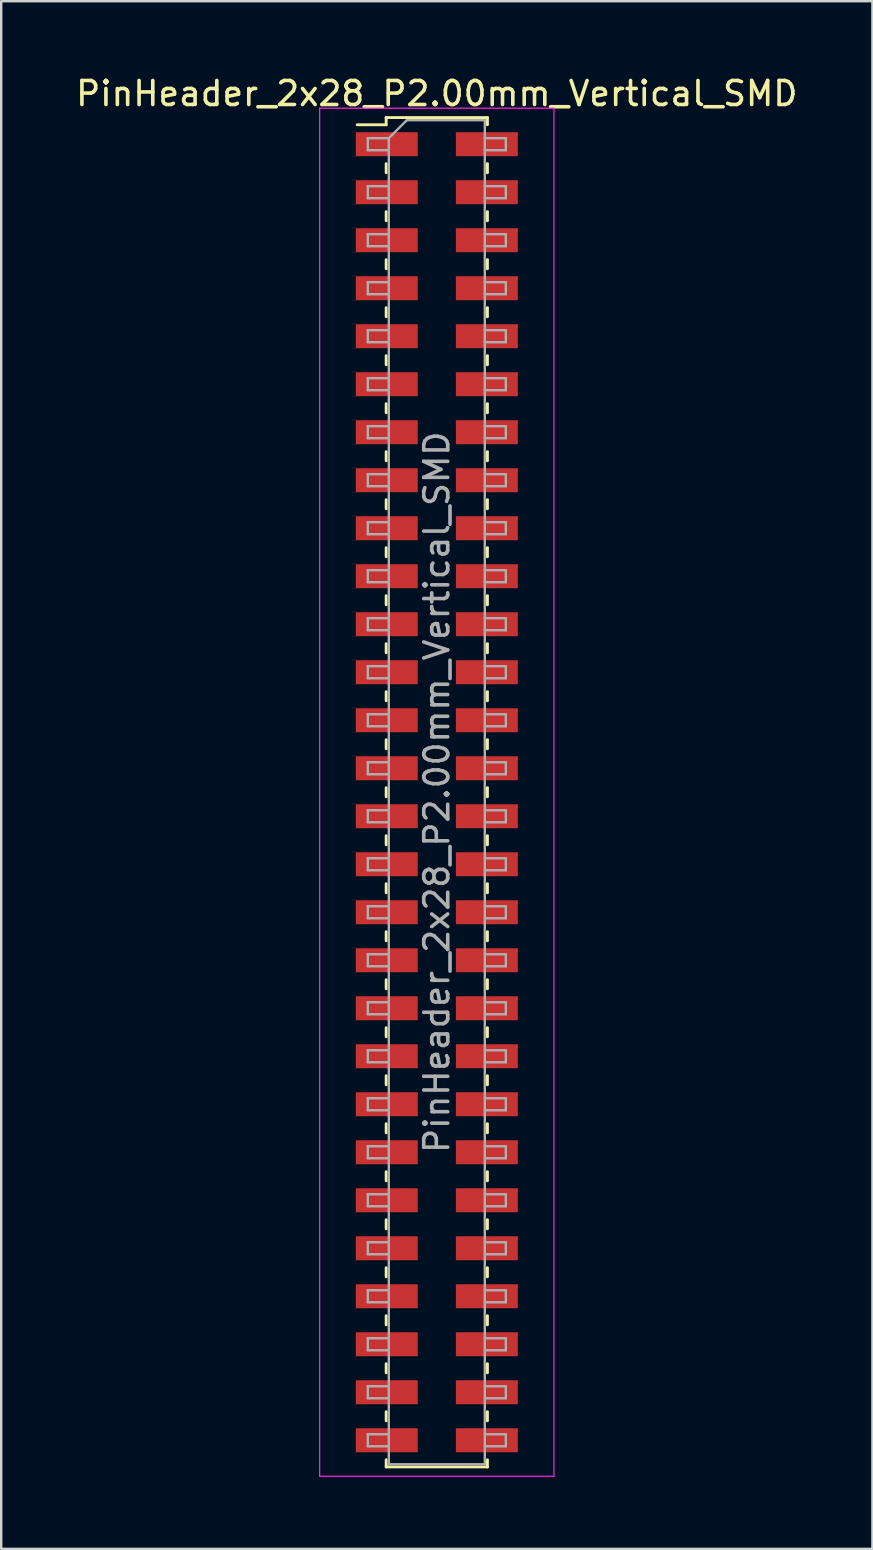
<source format=kicad_pcb>
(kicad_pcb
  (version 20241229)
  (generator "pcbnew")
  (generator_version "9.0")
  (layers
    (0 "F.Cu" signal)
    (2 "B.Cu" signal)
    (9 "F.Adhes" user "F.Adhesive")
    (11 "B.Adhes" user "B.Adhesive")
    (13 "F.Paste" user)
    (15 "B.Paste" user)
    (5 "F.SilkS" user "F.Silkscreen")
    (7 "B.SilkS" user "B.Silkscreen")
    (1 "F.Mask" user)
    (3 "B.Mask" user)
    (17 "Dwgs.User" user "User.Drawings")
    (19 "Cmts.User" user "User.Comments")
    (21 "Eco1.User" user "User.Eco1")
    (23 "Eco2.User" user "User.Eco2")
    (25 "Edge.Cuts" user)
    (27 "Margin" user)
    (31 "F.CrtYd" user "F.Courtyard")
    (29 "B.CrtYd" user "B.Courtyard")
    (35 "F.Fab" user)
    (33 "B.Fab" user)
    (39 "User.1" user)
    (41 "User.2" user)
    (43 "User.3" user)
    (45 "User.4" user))
  (footprint "PinHeader_2x28_P2.00mm_Vertical_SMD"
    (layer "F.Cu")
    (at 15.149 29.958)
    (property "Reference" "PinHeader_2x28_P2.00mm_Vertical_SMD" (at 0 -29.11 0) (layer "F.SilkS") (effects (font (size 1 1) (thickness 0.15))))
    (attr smd)
    (fp_line (start -3.315 -27.81) (end -2.11 -27.81) (stroke (width 0.12) (type solid)) (layer "F.SilkS"))
    (fp_line (start -2.11 -28.11) (end -2.11 -27.81) (stroke (width 0.12) (type solid)) (layer "F.SilkS"))
    (fp_line (start -2.11 -28.11) (end 2.11 -28.11) (stroke (width 0.12) (type solid)) (layer "F.SilkS"))
    (fp_line (start -2.11 -26.19) (end -2.11 -25.81) (stroke (width 0.12) (type solid)) (layer "F.SilkS"))
    (fp_line (start -2.11 -24.19) (end -2.11 -23.81) (stroke (width 0.12) (type solid)) (layer "F.SilkS"))
    (fp_line (start -2.11 -22.19) (end -2.11 -21.81) (stroke (width 0.12) (type solid)) (layer "F.SilkS"))
    (fp_line (start -2.11 -20.19) (end -2.11 -19.81) (stroke (width 0.12) (type solid)) (layer "F.SilkS"))
    (fp_line (start -2.11 -18.19) (end -2.11 -17.81) (stroke (width 0.12) (type solid)) (layer "F.SilkS"))
    (fp_line (start -2.11 -16.19) (end -2.11 -15.81) (stroke (width 0.12) (type solid)) (layer "F.SilkS"))
    (fp_line (start -2.11 -14.19) (end -2.11 -13.81) (stroke (width 0.12) (type solid)) (layer "F.SilkS"))
    (fp_line (start -2.11 -12.19) (end -2.11 -11.81) (stroke (width 0.12) (type solid)) (layer "F.SilkS"))
    (fp_line (start -2.11 -10.19) (end -2.11 -9.81) (stroke (width 0.12) (type solid)) (layer "F.SilkS"))
    (fp_line (start -2.11 -8.19) (end -2.11 -7.81) (stroke (width 0.12) (type solid)) (layer "F.SilkS"))
    (fp_line (start -2.11 -6.19) (end -2.11 -5.81) (stroke (width 0.12) (type solid)) (layer "F.SilkS"))
    (fp_line (start -2.11 -4.19) (end -2.11 -3.81) (stroke (width 0.12) (type solid)) (layer "F.SilkS"))
    (fp_line (start -2.11 -2.19) (end -2.11 -1.81) (stroke (width 0.12) (type solid)) (layer "F.SilkS"))
    (fp_line (start -2.11 -0.19) (end -2.11 0.19) (stroke (width 0.12) (type solid)) (layer "F.SilkS"))
    (fp_line (start -2.11 1.81) (end -2.11 2.19) (stroke (width 0.12) (type solid)) (layer "F.SilkS"))
    (fp_line (start -2.11 3.81) (end -2.11 4.19) (stroke (width 0.12) (type solid)) (layer "F.SilkS"))
    (fp_line (start -2.11 5.81) (end -2.11 6.19) (stroke (width 0.12) (type solid)) (layer "F.SilkS"))
    (fp_line (start -2.11 7.81) (end -2.11 8.19) (stroke (width 0.12) (type solid)) (layer "F.SilkS"))
    (fp_line (start -2.11 9.81) (end -2.11 10.19) (stroke (width 0.12) (type solid)) (layer "F.SilkS"))
    (fp_line (start -2.11 11.81) (end -2.11 12.19) (stroke (width 0.12) (type solid)) (layer "F.SilkS"))
    (fp_line (start -2.11 13.81) (end -2.11 14.19) (stroke (width 0.12) (type solid)) (layer "F.SilkS"))
    (fp_line (start -2.11 15.81) (end -2.11 16.19) (stroke (width 0.12) (type solid)) (layer "F.SilkS"))
    (fp_line (start -2.11 17.81) (end -2.11 18.19) (stroke (width 0.12) (type solid)) (layer "F.SilkS"))
    (fp_line (start -2.11 19.81) (end -2.11 20.19) (stroke (width 0.12) (type solid)) (layer "F.SilkS"))
    (fp_line (start -2.11 21.81) (end -2.11 22.19) (stroke (width 0.12) (type solid)) (layer "F.SilkS"))
    (fp_line (start -2.11 23.81) (end -2.11 24.19) (stroke (width 0.12) (type solid)) (layer "F.SilkS"))
    (fp_line (start -2.11 25.81) (end -2.11 26.19) (stroke (width 0.12) (type solid)) (layer "F.SilkS"))
    (fp_line (start -2.11 27.81) (end -2.11 28.11) (stroke (width 0.12) (type solid)) (layer "F.SilkS"))
    (fp_line (start -2.11 28.11) (end 2.11 28.11) (stroke (width 0.12) (type solid)) (layer "F.SilkS"))
    (fp_line (start 2.11 -28.11) (end 2.11 -27.81) (stroke (width 0.12) (type solid)) (layer "F.SilkS"))
    (fp_line (start 2.11 -26.19) (end 2.11 -25.81) (stroke (width 0.12) (type solid)) (layer "F.SilkS"))
    (fp_line (start 2.11 -24.19) (end 2.11 -23.81) (stroke (width 0.12) (type solid)) (layer "F.SilkS"))
    (fp_line (start 2.11 -22.19) (end 2.11 -21.81) (stroke (width 0.12) (type solid)) (layer "F.SilkS"))
    (fp_line (start 2.11 -20.19) (end 2.11 -19.81) (stroke (width 0.12) (type solid)) (layer "F.SilkS"))
    (fp_line (start 2.11 -18.19) (end 2.11 -17.81) (stroke (width 0.12) (type solid)) (layer "F.SilkS"))
    (fp_line (start 2.11 -16.19) (end 2.11 -15.81) (stroke (width 0.12) (type solid)) (layer "F.SilkS"))
    (fp_line (start 2.11 -14.19) (end 2.11 -13.81) (stroke (width 0.12) (type solid)) (layer "F.SilkS"))
    (fp_line (start 2.11 -12.19) (end 2.11 -11.81) (stroke (width 0.12) (type solid)) (layer "F.SilkS"))
    (fp_line (start 2.11 -10.19) (end 2.11 -9.81) (stroke (width 0.12) (type solid)) (layer "F.SilkS"))
    (fp_line (start 2.11 -8.19) (end 2.11 -7.81) (stroke (width 0.12) (type solid)) (layer "F.SilkS"))
    (fp_line (start 2.11 -6.19) (end 2.11 -5.81) (stroke (width 0.12) (type solid)) (layer "F.SilkS"))
    (fp_line (start 2.11 -4.19) (end 2.11 -3.81) (stroke (width 0.12) (type solid)) (layer "F.SilkS"))
    (fp_line (start 2.11 -2.19) (end 2.11 -1.81) (stroke (width 0.12) (type solid)) (layer "F.SilkS"))
    (fp_line (start 2.11 -0.19) (end 2.11 0.19) (stroke (width 0.12) (type solid)) (layer "F.SilkS"))
    (fp_line (start 2.11 1.81) (end 2.11 2.19) (stroke (width 0.12) (type solid)) (layer "F.SilkS"))
    (fp_line (start 2.11 3.81) (end 2.11 4.19) (stroke (width 0.12) (type solid)) (layer "F.SilkS"))
    (fp_line (start 2.11 5.81) (end 2.11 6.19) (stroke (width 0.12) (type solid)) (layer "F.SilkS"))
    (fp_line (start 2.11 7.81) (end 2.11 8.19) (stroke (width 0.12) (type solid)) (layer "F.SilkS"))
    (fp_line (start 2.11 9.81) (end 2.11 10.19) (stroke (width 0.12) (type solid)) (layer "F.SilkS"))
    (fp_line (start 2.11 11.81) (end 2.11 12.19) (stroke (width 0.12) (type solid)) (layer "F.SilkS"))
    (fp_line (start 2.11 13.81) (end 2.11 14.19) (stroke (width 0.12) (type solid)) (layer "F.SilkS"))
    (fp_line (start 2.11 15.81) (end 2.11 16.19) (stroke (width 0.12) (type solid)) (layer "F.SilkS"))
    (fp_line (start 2.11 17.81) (end 2.11 18.19) (stroke (width 0.12) (type solid)) (layer "F.SilkS"))
    (fp_line (start 2.11 19.81) (end 2.11 20.19) (stroke (width 0.12) (type solid)) (layer "F.SilkS"))
    (fp_line (start 2.11 21.81) (end 2.11 22.19) (stroke (width 0.12) (type solid)) (layer "F.SilkS"))
    (fp_line (start 2.11 23.81) (end 2.11 24.19) (stroke (width 0.12) (type solid)) (layer "F.SilkS"))
    (fp_line (start 2.11 25.81) (end 2.11 26.19) (stroke (width 0.12) (type solid)) (layer "F.SilkS"))
    (fp_line (start 2.11 27.81) (end 2.11 28.11) (stroke (width 0.12) (type solid)) (layer "F.SilkS"))
    (fp_line (start -4.88 -28.5) (end -4.88 28.5) (stroke (width 0.05) (type solid)) (layer "F.CrtYd"))
    (fp_line (start -4.88 28.5) (end 4.88 28.5) (stroke (width 0.05) (type solid)) (layer "F.CrtYd"))
    (fp_line (start 4.88 -28.5) (end -4.88 -28.5) (stroke (width 0.05) (type solid)) (layer "F.CrtYd"))
    (fp_line (start 4.88 28.5) (end 4.88 -28.5) (stroke (width 0.05) (type solid)) (layer "F.CrtYd"))
    (fp_line (start -2.875 -27.25) (end -2.875 -26.75) (stroke (width 0.1) (type solid)) (layer "F.Fab"))
    (fp_line (start -2.875 -26.75) (end -2 -26.75) (stroke (width 0.1) (type solid)) (layer "F.Fab"))
    (fp_line (start -2.875 -25.25) (end -2.875 -24.75) (stroke (width 0.1) (type solid)) (layer "F.Fab"))
    (fp_line (start -2.875 -24.75) (end -2 -24.75) (stroke (width 0.1) (type solid)) (layer "F.Fab"))
    (fp_line (start -2.875 -23.25) (end -2.875 -22.75) (stroke (width 0.1) (type solid)) (layer "F.Fab"))
    (fp_line (start -2.875 -22.75) (end -2 -22.75) (stroke (width 0.1) (type solid)) (layer "F.Fab"))
    (fp_line (start -2.875 -21.25) (end -2.875 -20.75) (stroke (width 0.1) (type solid)) (layer "F.Fab"))
    (fp_line (start -2.875 -20.75) (end -2 -20.75) (stroke (width 0.1) (type solid)) (layer "F.Fab"))
    (fp_line (start -2.875 -19.25) (end -2.875 -18.75) (stroke (width 0.1) (type solid)) (layer "F.Fab"))
    (fp_line (start -2.875 -18.75) (end -2 -18.75) (stroke (width 0.1) (type solid)) (layer "F.Fab"))
    (fp_line (start -2.875 -17.25) (end -2.875 -16.75) (stroke (width 0.1) (type solid)) (layer "F.Fab"))
    (fp_line (start -2.875 -16.75) (end -2 -16.75) (stroke (width 0.1) (type solid)) (layer "F.Fab"))
    (fp_line (start -2.875 -15.25) (end -2.875 -14.75) (stroke (width 0.1) (type solid)) (layer "F.Fab"))
    (fp_line (start -2.875 -14.75) (end -2 -14.75) (stroke (width 0.1) (type solid)) (layer "F.Fab"))
    (fp_line (start -2.875 -13.25) (end -2.875 -12.75) (stroke (width 0.1) (type solid)) (layer "F.Fab"))
    (fp_line (start -2.875 -12.75) (end -2 -12.75) (stroke (width 0.1) (type solid)) (layer "F.Fab"))
    (fp_line (start -2.875 -11.25) (end -2.875 -10.75) (stroke (width 0.1) (type solid)) (layer "F.Fab"))
    (fp_line (start -2.875 -10.75) (end -2 -10.75) (stroke (width 0.1) (type solid)) (layer "F.Fab"))
    (fp_line (start -2.875 -9.25) (end -2.875 -8.75) (stroke (width 0.1) (type solid)) (layer "F.Fab"))
    (fp_line (start -2.875 -8.75) (end -2 -8.75) (stroke (width 0.1) (type solid)) (layer "F.Fab"))
    (fp_line (start -2.875 -7.25) (end -2.875 -6.75) (stroke (width 0.1) (type solid)) (layer "F.Fab"))
    (fp_line (start -2.875 -6.75) (end -2 -6.75) (stroke (width 0.1) (type solid)) (layer "F.Fab"))
    (fp_line (start -2.875 -5.25) (end -2.875 -4.75) (stroke (width 0.1) (type solid)) (layer "F.Fab"))
    (fp_line (start -2.875 -4.75) (end -2 -4.75) (stroke (width 0.1) (type solid)) (layer "F.Fab"))
    (fp_line (start -2.875 -3.25) (end -2.875 -2.75) (stroke (width 0.1) (type solid)) (layer "F.Fab"))
    (fp_line (start -2.875 -2.75) (end -2 -2.75) (stroke (width 0.1) (type solid)) (layer "F.Fab"))
    (fp_line (start -2.875 -1.25) (end -2.875 -0.75) (stroke (width 0.1) (type solid)) (layer "F.Fab"))
    (fp_line (start -2.875 -0.75) (end -2 -0.75) (stroke (width 0.1) (type solid)) (layer "F.Fab"))
    (fp_line (start -2.875 0.75) (end -2.875 1.25) (stroke (width 0.1) (type solid)) (layer "F.Fab"))
    (fp_line (start -2.875 1.25) (end -2 1.25) (stroke (width 0.1) (type solid)) (layer "F.Fab"))
    (fp_line (start -2.875 2.75) (end -2.875 3.25) (stroke (width 0.1) (type solid)) (layer "F.Fab"))
    (fp_line (start -2.875 3.25) (end -2 3.25) (stroke (width 0.1) (type solid)) (layer "F.Fab"))
    (fp_line (start -2.875 4.75) (end -2.875 5.25) (stroke (width 0.1) (type solid)) (layer "F.Fab"))
    (fp_line (start -2.875 5.25) (end -2 5.25) (stroke (width 0.1) (type solid)) (layer "F.Fab"))
    (fp_line (start -2.875 6.75) (end -2.875 7.25) (stroke (width 0.1) (type solid)) (layer "F.Fab"))
    (fp_line (start -2.875 7.25) (end -2 7.25) (stroke (width 0.1) (type solid)) (layer "F.Fab"))
    (fp_line (start -2.875 8.75) (end -2.875 9.25) (stroke (width 0.1) (type solid)) (layer "F.Fab"))
    (fp_line (start -2.875 9.25) (end -2 9.25) (stroke (width 0.1) (type solid)) (layer "F.Fab"))
    (fp_line (start -2.875 10.75) (end -2.875 11.25) (stroke (width 0.1) (type solid)) (layer "F.Fab"))
    (fp_line (start -2.875 11.25) (end -2 11.25) (stroke (width 0.1) (type solid)) (layer "F.Fab"))
    (fp_line (start -2.875 12.75) (end -2.875 13.25) (stroke (width 0.1) (type solid)) (layer "F.Fab"))
    (fp_line (start -2.875 13.25) (end -2 13.25) (stroke (width 0.1) (type solid)) (layer "F.Fab"))
    (fp_line (start -2.875 14.75) (end -2.875 15.25) (stroke (width 0.1) (type solid)) (layer "F.Fab"))
    (fp_line (start -2.875 15.25) (end -2 15.25) (stroke (width 0.1) (type solid)) (layer "F.Fab"))
    (fp_line (start -2.875 16.75) (end -2.875 17.25) (stroke (width 0.1) (type solid)) (layer "F.Fab"))
    (fp_line (start -2.875 17.25) (end -2 17.25) (stroke (width 0.1) (type solid)) (layer "F.Fab"))
    (fp_line (start -2.875 18.75) (end -2.875 19.25) (stroke (width 0.1) (type solid)) (layer "F.Fab"))
    (fp_line (start -2.875 19.25) (end -2 19.25) (stroke (width 0.1) (type solid)) (layer "F.Fab"))
    (fp_line (start -2.875 20.75) (end -2.875 21.25) (stroke (width 0.1) (type solid)) (layer "F.Fab"))
    (fp_line (start -2.875 21.25) (end -2 21.25) (stroke (width 0.1) (type solid)) (layer "F.Fab"))
    (fp_line (start -2.875 22.75) (end -2.875 23.25) (stroke (width 0.1) (type solid)) (layer "F.Fab"))
    (fp_line (start -2.875 23.25) (end -2 23.25) (stroke (width 0.1) (type solid)) (layer "F.Fab"))
    (fp_line (start -2.875 24.75) (end -2.875 25.25) (stroke (width 0.1) (type solid)) (layer "F.Fab"))
    (fp_line (start -2.875 25.25) (end -2 25.25) (stroke (width 0.1) (type solid)) (layer "F.Fab"))
    (fp_line (start -2.875 26.75) (end -2.875 27.25) (stroke (width 0.1) (type solid)) (layer "F.Fab"))
    (fp_line (start -2.875 27.25) (end -2 27.25) (stroke (width 0.1) (type solid)) (layer "F.Fab"))
    (fp_line (start -2 -27.25) (end -2.875 -27.25) (stroke (width 0.1) (type solid)) (layer "F.Fab"))
    (fp_line (start -2 -27.25) (end -1.25 -28) (stroke (width 0.1) (type solid)) (layer "F.Fab"))
    (fp_line (start -2 -25.25) (end -2.875 -25.25) (stroke (width 0.1) (type solid)) (layer "F.Fab"))
    (fp_line (start -2 -23.25) (end -2.875 -23.25) (stroke (width 0.1) (type solid)) (layer "F.Fab"))
    (fp_line (start -2 -21.25) (end -2.875 -21.25) (stroke (width 0.1) (type solid)) (layer "F.Fab"))
    (fp_line (start -2 -19.25) (end -2.875 -19.25) (stroke (width 0.1) (type solid)) (layer "F.Fab"))
    (fp_line (start -2 -17.25) (end -2.875 -17.25) (stroke (width 0.1) (type solid)) (layer "F.Fab"))
    (fp_line (start -2 -15.25) (end -2.875 -15.25) (stroke (width 0.1) (type solid)) (layer "F.Fab"))
    (fp_line (start -2 -13.25) (end -2.875 -13.25) (stroke (width 0.1) (type solid)) (layer "F.Fab"))
    (fp_line (start -2 -11.25) (end -2.875 -11.25) (stroke (width 0.1) (type solid)) (layer "F.Fab"))
    (fp_line (start -2 -9.25) (end -2.875 -9.25) (stroke (width 0.1) (type solid)) (layer "F.Fab"))
    (fp_line (start -2 -7.25) (end -2.875 -7.25) (stroke (width 0.1) (type solid)) (layer "F.Fab"))
    (fp_line (start -2 -5.25) (end -2.875 -5.25) (stroke (width 0.1) (type solid)) (layer "F.Fab"))
    (fp_line (start -2 -3.25) (end -2.875 -3.25) (stroke (width 0.1) (type solid)) (layer "F.Fab"))
    (fp_line (start -2 -1.25) (end -2.875 -1.25) (stroke (width 0.1) (type solid)) (layer "F.Fab"))
    (fp_line (start -2 0.75) (end -2.875 0.75) (stroke (width 0.1) (type solid)) (layer "F.Fab"))
    (fp_line (start -2 2.75) (end -2.875 2.75) (stroke (width 0.1) (type solid)) (layer "F.Fab"))
    (fp_line (start -2 4.75) (end -2.875 4.75) (stroke (width 0.1) (type solid)) (layer "F.Fab"))
    (fp_line (start -2 6.75) (end -2.875 6.75) (stroke (width 0.1) (type solid)) (layer "F.Fab"))
    (fp_line (start -2 8.75) (end -2.875 8.75) (stroke (width 0.1) (type solid)) (layer "F.Fab"))
    (fp_line (start -2 10.75) (end -2.875 10.75) (stroke (width 0.1) (type solid)) (layer "F.Fab"))
    (fp_line (start -2 12.75) (end -2.875 12.75) (stroke (width 0.1) (type solid)) (layer "F.Fab"))
    (fp_line (start -2 14.75) (end -2.875 14.75) (stroke (width 0.1) (type solid)) (layer "F.Fab"))
    (fp_line (start -2 16.75) (end -2.875 16.75) (stroke (width 0.1) (type solid)) (layer "F.Fab"))
    (fp_line (start -2 18.75) (end -2.875 18.75) (stroke (width 0.1) (type solid)) (layer "F.Fab"))
    (fp_line (start -2 20.75) (end -2.875 20.75) (stroke (width 0.1) (type solid)) (layer "F.Fab"))
    (fp_line (start -2 22.75) (end -2.875 22.75) (stroke (width 0.1) (type solid)) (layer "F.Fab"))
    (fp_line (start -2 24.75) (end -2.875 24.75) (stroke (width 0.1) (type solid)) (layer "F.Fab"))
    (fp_line (start -2 26.75) (end -2.875 26.75) (stroke (width 0.1) (type solid)) (layer "F.Fab"))
    (fp_line (start -2 28) (end -2 -27.25) (stroke (width 0.1) (type solid)) (layer "F.Fab"))
    (fp_line (start -1.25 -28) (end 2 -28) (stroke (width 0.1) (type solid)) (layer "F.Fab"))
    (fp_line (start 2 -28) (end 2 28) (stroke (width 0.1) (type solid)) (layer "F.Fab"))
    (fp_line (start 2 -27.25) (end 2.875 -27.25) (stroke (width 0.1) (type solid)) (layer "F.Fab"))
    (fp_line (start 2 -25.25) (end 2.875 -25.25) (stroke (width 0.1) (type solid)) (layer "F.Fab"))
    (fp_line (start 2 -23.25) (end 2.875 -23.25) (stroke (width 0.1) (type solid)) (layer "F.Fab"))
    (fp_line (start 2 -21.25) (end 2.875 -21.25) (stroke (width 0.1) (type solid)) (layer "F.Fab"))
    (fp_line (start 2 -19.25) (end 2.875 -19.25) (stroke (width 0.1) (type solid)) (layer "F.Fab"))
    (fp_line (start 2 -17.25) (end 2.875 -17.25) (stroke (width 0.1) (type solid)) (layer "F.Fab"))
    (fp_line (start 2 -15.25) (end 2.875 -15.25) (stroke (width 0.1) (type solid)) (layer "F.Fab"))
    (fp_line (start 2 -13.25) (end 2.875 -13.25) (stroke (width 0.1) (type solid)) (layer "F.Fab"))
    (fp_line (start 2 -11.25) (end 2.875 -11.25) (stroke (width 0.1) (type solid)) (layer "F.Fab"))
    (fp_line (start 2 -9.25) (end 2.875 -9.25) (stroke (width 0.1) (type solid)) (layer "F.Fab"))
    (fp_line (start 2 -7.25) (end 2.875 -7.25) (stroke (width 0.1) (type solid)) (layer "F.Fab"))
    (fp_line (start 2 -5.25) (end 2.875 -5.25) (stroke (width 0.1) (type solid)) (layer "F.Fab"))
    (fp_line (start 2 -3.25) (end 2.875 -3.25) (stroke (width 0.1) (type solid)) (layer "F.Fab"))
    (fp_line (start 2 -1.25) (end 2.875 -1.25) (stroke (width 0.1) (type solid)) (layer "F.Fab"))
    (fp_line (start 2 0.75) (end 2.875 0.75) (stroke (width 0.1) (type solid)) (layer "F.Fab"))
    (fp_line (start 2 2.75) (end 2.875 2.75) (stroke (width 0.1) (type solid)) (layer "F.Fab"))
    (fp_line (start 2 4.75) (end 2.875 4.75) (stroke (width 0.1) (type solid)) (layer "F.Fab"))
    (fp_line (start 2 6.75) (end 2.875 6.75) (stroke (width 0.1) (type solid)) (layer "F.Fab"))
    (fp_line (start 2 8.75) (end 2.875 8.75) (stroke (width 0.1) (type solid)) (layer "F.Fab"))
    (fp_line (start 2 10.75) (end 2.875 10.75) (stroke (width 0.1) (type solid)) (layer "F.Fab"))
    (fp_line (start 2 12.75) (end 2.875 12.75) (stroke (width 0.1) (type solid)) (layer "F.Fab"))
    (fp_line (start 2 14.75) (end 2.875 14.75) (stroke (width 0.1) (type solid)) (layer "F.Fab"))
    (fp_line (start 2 16.75) (end 2.875 16.75) (stroke (width 0.1) (type solid)) (layer "F.Fab"))
    (fp_line (start 2 18.75) (end 2.875 18.75) (stroke (width 0.1) (type solid)) (layer "F.Fab"))
    (fp_line (start 2 20.75) (end 2.875 20.75) (stroke (width 0.1) (type solid)) (layer "F.Fab"))
    (fp_line (start 2 22.75) (end 2.875 22.75) (stroke (width 0.1) (type solid)) (layer "F.Fab"))
    (fp_line (start 2 24.75) (end 2.875 24.75) (stroke (width 0.1) (type solid)) (layer "F.Fab"))
    (fp_line (start 2 26.75) (end 2.875 26.75) (stroke (width 0.1) (type solid)) (layer "F.Fab"))
    (fp_line (start 2 28) (end -2 28) (stroke (width 0.1) (type solid)) (layer "F.Fab"))
    (fp_line (start 2.875 -27.25) (end 2.875 -26.75) (stroke (width 0.1) (type solid)) (layer "F.Fab"))
    (fp_line (start 2.875 -26.75) (end 2 -26.75) (stroke (width 0.1) (type solid)) (layer "F.Fab"))
    (fp_line (start 2.875 -25.25) (end 2.875 -24.75) (stroke (width 0.1) (type solid)) (layer "F.Fab"))
    (fp_line (start 2.875 -24.75) (end 2 -24.75) (stroke (width 0.1) (type solid)) (layer "F.Fab"))
    (fp_line (start 2.875 -23.25) (end 2.875 -22.75) (stroke (width 0.1) (type solid)) (layer "F.Fab"))
    (fp_line (start 2.875 -22.75) (end 2 -22.75) (stroke (width 0.1) (type solid)) (layer "F.Fab"))
    (fp_line (start 2.875 -21.25) (end 2.875 -20.75) (stroke (width 0.1) (type solid)) (layer "F.Fab"))
    (fp_line (start 2.875 -20.75) (end 2 -20.75) (stroke (width 0.1) (type solid)) (layer "F.Fab"))
    (fp_line (start 2.875 -19.25) (end 2.875 -18.75) (stroke (width 0.1) (type solid)) (layer "F.Fab"))
    (fp_line (start 2.875 -18.75) (end 2 -18.75) (stroke (width 0.1) (type solid)) (layer "F.Fab"))
    (fp_line (start 2.875 -17.25) (end 2.875 -16.75) (stroke (width 0.1) (type solid)) (layer "F.Fab"))
    (fp_line (start 2.875 -16.75) (end 2 -16.75) (stroke (width 0.1) (type solid)) (layer "F.Fab"))
    (fp_line (start 2.875 -15.25) (end 2.875 -14.75) (stroke (width 0.1) (type solid)) (layer "F.Fab"))
    (fp_line (start 2.875 -14.75) (end 2 -14.75) (stroke (width 0.1) (type solid)) (layer "F.Fab"))
    (fp_line (start 2.875 -13.25) (end 2.875 -12.75) (stroke (width 0.1) (type solid)) (layer "F.Fab"))
    (fp_line (start 2.875 -12.75) (end 2 -12.75) (stroke (width 0.1) (type solid)) (layer "F.Fab"))
    (fp_line (start 2.875 -11.25) (end 2.875 -10.75) (stroke (width 0.1) (type solid)) (layer "F.Fab"))
    (fp_line (start 2.875 -10.75) (end 2 -10.75) (stroke (width 0.1) (type solid)) (layer "F.Fab"))
    (fp_line (start 2.875 -9.25) (end 2.875 -8.75) (stroke (width 0.1) (type solid)) (layer "F.Fab"))
    (fp_line (start 2.875 -8.75) (end 2 -8.75) (stroke (width 0.1) (type solid)) (layer "F.Fab"))
    (fp_line (start 2.875 -7.25) (end 2.875 -6.75) (stroke (width 0.1) (type solid)) (layer "F.Fab"))
    (fp_line (start 2.875 -6.75) (end 2 -6.75) (stroke (width 0.1) (type solid)) (layer "F.Fab"))
    (fp_line (start 2.875 -5.25) (end 2.875 -4.75) (stroke (width 0.1) (type solid)) (layer "F.Fab"))
    (fp_line (start 2.875 -4.75) (end 2 -4.75) (stroke (width 0.1) (type solid)) (layer "F.Fab"))
    (fp_line (start 2.875 -3.25) (end 2.875 -2.75) (stroke (width 0.1) (type solid)) (layer "F.Fab"))
    (fp_line (start 2.875 -2.75) (end 2 -2.75) (stroke (width 0.1) (type solid)) (layer "F.Fab"))
    (fp_line (start 2.875 -1.25) (end 2.875 -0.75) (stroke (width 0.1) (type solid)) (layer "F.Fab"))
    (fp_line (start 2.875 -0.75) (end 2 -0.75) (stroke (width 0.1) (type solid)) (layer "F.Fab"))
    (fp_line (start 2.875 0.75) (end 2.875 1.25) (stroke (width 0.1) (type solid)) (layer "F.Fab"))
    (fp_line (start 2.875 1.25) (end 2 1.25) (stroke (width 0.1) (type solid)) (layer "F.Fab"))
    (fp_line (start 2.875 2.75) (end 2.875 3.25) (stroke (width 0.1) (type solid)) (layer "F.Fab"))
    (fp_line (start 2.875 3.25) (end 2 3.25) (stroke (width 0.1) (type solid)) (layer "F.Fab"))
    (fp_line (start 2.875 4.75) (end 2.875 5.25) (stroke (width 0.1) (type solid)) (layer "F.Fab"))
    (fp_line (start 2.875 5.25) (end 2 5.25) (stroke (width 0.1) (type solid)) (layer "F.Fab"))
    (fp_line (start 2.875 6.75) (end 2.875 7.25) (stroke (width 0.1) (type solid)) (layer "F.Fab"))
    (fp_line (start 2.875 7.25) (end 2 7.25) (stroke (width 0.1) (type solid)) (layer "F.Fab"))
    (fp_line (start 2.875 8.75) (end 2.875 9.25) (stroke (width 0.1) (type solid)) (layer "F.Fab"))
    (fp_line (start 2.875 9.25) (end 2 9.25) (stroke (width 0.1) (type solid)) (layer "F.Fab"))
    (fp_line (start 2.875 10.75) (end 2.875 11.25) (stroke (width 0.1) (type solid)) (layer "F.Fab"))
    (fp_line (start 2.875 11.25) (end 2 11.25) (stroke (width 0.1) (type solid)) (layer "F.Fab"))
    (fp_line (start 2.875 12.75) (end 2.875 13.25) (stroke (width 0.1) (type solid)) (layer "F.Fab"))
    (fp_line (start 2.875 13.25) (end 2 13.25) (stroke (width 0.1) (type solid)) (layer "F.Fab"))
    (fp_line (start 2.875 14.75) (end 2.875 15.25) (stroke (width 0.1) (type solid)) (layer "F.Fab"))
    (fp_line (start 2.875 15.25) (end 2 15.25) (stroke (width 0.1) (type solid)) (layer "F.Fab"))
    (fp_line (start 2.875 16.75) (end 2.875 17.25) (stroke (width 0.1) (type solid)) (layer "F.Fab"))
    (fp_line (start 2.875 17.25) (end 2 17.25) (stroke (width 0.1) (type solid)) (layer "F.Fab"))
    (fp_line (start 2.875 18.75) (end 2.875 19.25) (stroke (width 0.1) (type solid)) (layer "F.Fab"))
    (fp_line (start 2.875 19.25) (end 2 19.25) (stroke (width 0.1) (type solid)) (layer "F.Fab"))
    (fp_line (start 2.875 20.75) (end 2.875 21.25) (stroke (width 0.1) (type solid)) (layer "F.Fab"))
    (fp_line (start 2.875 21.25) (end 2 21.25) (stroke (width 0.1) (type solid)) (layer "F.Fab"))
    (fp_line (start 2.875 22.75) (end 2.875 23.25) (stroke (width 0.1) (type solid)) (layer "F.Fab"))
    (fp_line (start 2.875 23.25) (end 2 23.25) (stroke (width 0.1) (type solid)) (layer "F.Fab"))
    (fp_line (start 2.875 24.75) (end 2.875 25.25) (stroke (width 0.1) (type solid)) (layer "F.Fab"))
    (fp_line (start 2.875 25.25) (end 2 25.25) (stroke (width 0.1) (type solid)) (layer "F.Fab"))
    (fp_line (start 2.875 26.75) (end 2.875 27.25) (stroke (width 0.1) (type solid)) (layer "F.Fab"))
    (fp_line (start 2.875 27.25) (end 2 27.25) (stroke (width 0.1) (type solid)) (layer "F.Fab"))
    (fp_text user "${REFERENCE}" (at 0 0 90) (layer "F.Fab") (effects (font (size 1 1) (thickness 0.15))))
    (pad "1" smd rect (at -2.085 -27) (size 2.58 1) (layers "F.Cu" "F.Mask" "F.Paste"))
    (pad "2" smd rect (at 2.085 -27) (size 2.58 1) (layers "F.Cu" "F.Mask" "F.Paste"))
    (pad "3" smd rect (at -2.085 -25) (size 2.58 1) (layers "F.Cu" "F.Mask" "F.Paste"))
    (pad "4" smd rect (at 2.085 -25) (size 2.58 1) (layers "F.Cu" "F.Mask" "F.Paste"))
    (pad "5" smd rect (at -2.085 -23) (size 2.58 1) (layers "F.Cu" "F.Mask" "F.Paste"))
    (pad "6" smd rect (at 2.085 -23) (size 2.58 1) (layers "F.Cu" "F.Mask" "F.Paste"))
    (pad "7" smd rect (at -2.085 -21) (size 2.58 1) (layers "F.Cu" "F.Mask" "F.Paste"))
    (pad "8" smd rect (at 2.085 -21) (size 2.58 1) (layers "F.Cu" "F.Mask" "F.Paste"))
    (pad "9" smd rect (at -2.085 -19) (size 2.58 1) (layers "F.Cu" "F.Mask" "F.Paste"))
    (pad "10" smd rect (at 2.085 -19) (size 2.58 1) (layers "F.Cu" "F.Mask" "F.Paste"))
    (pad "11" smd rect (at -2.085 -17) (size 2.58 1) (layers "F.Cu" "F.Mask" "F.Paste"))
    (pad "12" smd rect (at 2.085 -17) (size 2.58 1) (layers "F.Cu" "F.Mask" "F.Paste"))
    (pad "13" smd rect (at -2.085 -15) (size 2.58 1) (layers "F.Cu" "F.Mask" "F.Paste"))
    (pad "14" smd rect (at 2.085 -15) (size 2.58 1) (layers "F.Cu" "F.Mask" "F.Paste"))
    (pad "15" smd rect (at -2.085 -13) (size 2.58 1) (layers "F.Cu" "F.Mask" "F.Paste"))
    (pad "16" smd rect (at 2.085 -13) (size 2.58 1) (layers "F.Cu" "F.Mask" "F.Paste"))
    (pad "17" smd rect (at -2.085 -11) (size 2.58 1) (layers "F.Cu" "F.Mask" "F.Paste"))
    (pad "18" smd rect (at 2.085 -11) (size 2.58 1) (layers "F.Cu" "F.Mask" "F.Paste"))
    (pad "19" smd rect (at -2.085 -9) (size 2.58 1) (layers "F.Cu" "F.Mask" "F.Paste"))
    (pad "20" smd rect (at 2.085 -9) (size 2.58 1) (layers "F.Cu" "F.Mask" "F.Paste"))
    (pad "21" smd rect (at -2.085 -7) (size 2.58 1) (layers "F.Cu" "F.Mask" "F.Paste"))
    (pad "22" smd rect (at 2.085 -7) (size 2.58 1) (layers "F.Cu" "F.Mask" "F.Paste"))
    (pad "23" smd rect (at -2.085 -5) (size 2.58 1) (layers "F.Cu" "F.Mask" "F.Paste"))
    (pad "24" smd rect (at 2.085 -5) (size 2.58 1) (layers "F.Cu" "F.Mask" "F.Paste"))
    (pad "25" smd rect (at -2.085 -3) (size 2.58 1) (layers "F.Cu" "F.Mask" "F.Paste"))
    (pad "26" smd rect (at 2.085 -3) (size 2.58 1) (layers "F.Cu" "F.Mask" "F.Paste"))
    (pad "27" smd rect (at -2.085 -1) (size 2.58 1) (layers "F.Cu" "F.Mask" "F.Paste"))
    (pad "28" smd rect (at 2.085 -1) (size 2.58 1) (layers "F.Cu" "F.Mask" "F.Paste"))
    (pad "29" smd rect (at -2.085 1) (size 2.58 1) (layers "F.Cu" "F.Mask" "F.Paste"))
    (pad "30" smd rect (at 2.085 1) (size 2.58 1) (layers "F.Cu" "F.Mask" "F.Paste"))
    (pad "31" smd rect (at -2.085 3) (size 2.58 1) (layers "F.Cu" "F.Mask" "F.Paste"))
    (pad "32" smd rect (at 2.085 3) (size 2.58 1) (layers "F.Cu" "F.Mask" "F.Paste"))
    (pad "33" smd rect (at -2.085 5) (size 2.58 1) (layers "F.Cu" "F.Mask" "F.Paste"))
    (pad "34" smd rect (at 2.085 5) (size 2.58 1) (layers "F.Cu" "F.Mask" "F.Paste"))
    (pad "35" smd rect (at -2.085 7) (size 2.58 1) (layers "F.Cu" "F.Mask" "F.Paste"))
    (pad "36" smd rect (at 2.085 7) (size 2.58 1) (layers "F.Cu" "F.Mask" "F.Paste"))
    (pad "37" smd rect (at -2.085 9) (size 2.58 1) (layers "F.Cu" "F.Mask" "F.Paste"))
    (pad "38" smd rect (at 2.085 9) (size 2.58 1) (layers "F.Cu" "F.Mask" "F.Paste"))
    (pad "39" smd rect (at -2.085 11) (size 2.58 1) (layers "F.Cu" "F.Mask" "F.Paste"))
    (pad "40" smd rect (at 2.085 11) (size 2.58 1) (layers "F.Cu" "F.Mask" "F.Paste"))
    (pad "41" smd rect (at -2.085 13) (size 2.58 1) (layers "F.Cu" "F.Mask" "F.Paste"))
    (pad "42" smd rect (at 2.085 13) (size 2.58 1) (layers "F.Cu" "F.Mask" "F.Paste"))
    (pad "43" smd rect (at -2.085 15) (size 2.58 1) (layers "F.Cu" "F.Mask" "F.Paste"))
    (pad "44" smd rect (at 2.085 15) (size 2.58 1) (layers "F.Cu" "F.Mask" "F.Paste"))
    (pad "45" smd rect (at -2.085 17) (size 2.58 1) (layers "F.Cu" "F.Mask" "F.Paste"))
    (pad "46" smd rect (at 2.085 17) (size 2.58 1) (layers "F.Cu" "F.Mask" "F.Paste"))
    (pad "47" smd rect (at -2.085 19) (size 2.58 1) (layers "F.Cu" "F.Mask" "F.Paste"))
    (pad "48" smd rect (at 2.085 19) (size 2.58 1) (layers "F.Cu" "F.Mask" "F.Paste"))
    (pad "49" smd rect (at -2.085 21) (size 2.58 1) (layers "F.Cu" "F.Mask" "F.Paste"))
    (pad "50" smd rect (at 2.085 21) (size 2.58 1) (layers "F.Cu" "F.Mask" "F.Paste"))
    (pad "51" smd rect (at -2.085 23) (size 2.58 1) (layers "F.Cu" "F.Mask" "F.Paste"))
    (pad "52" smd rect (at 2.085 23) (size 2.58 1) (layers "F.Cu" "F.Mask" "F.Paste"))
    (pad "53" smd rect (at -2.085 25) (size 2.58 1) (layers "F.Cu" "F.Mask" "F.Paste"))
    (pad "54" smd rect (at 2.085 25) (size 2.58 1) (layers "F.Cu" "F.Mask" "F.Paste"))
    (pad "55" smd rect (at -2.085 27) (size 2.58 1) (layers "F.Cu" "F.Mask" "F.Paste"))
    (pad "56" smd rect (at 2.085 27) (size 2.58 1) (layers "F.Cu" "F.Mask" "F.Paste")))
  (gr_rect
    (start -3 -3)
    (end 33.298 61.483)
    (stroke (width 0.1) (type default))
    (fill no)
    (layer "Edge.Cuts")))
</source>
